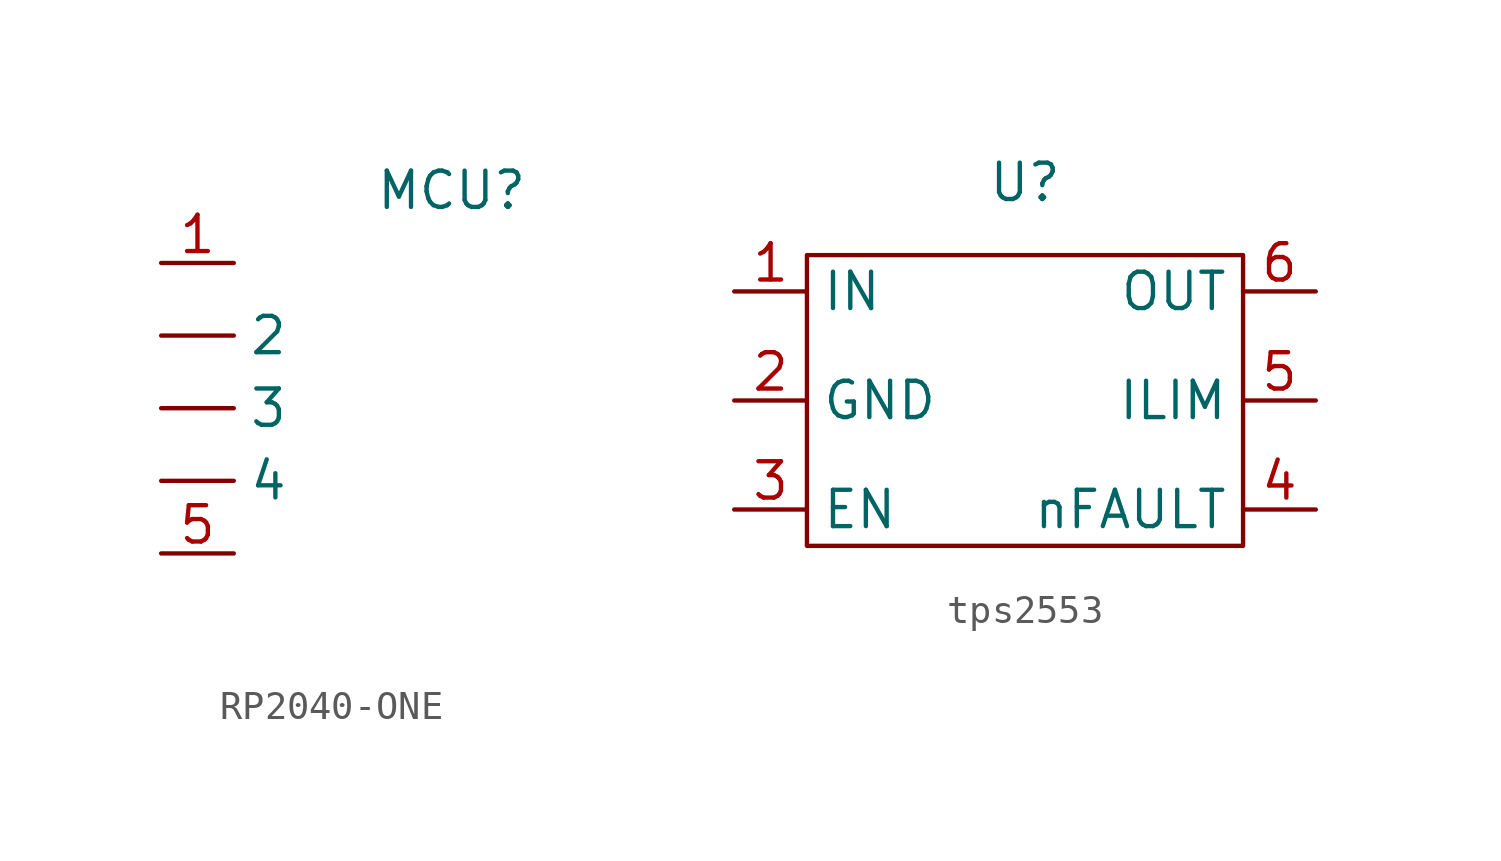
<source format=kicad_sym>
(kicad_symbol_lib
  (version 20220914)
  (generator kicad_symbol_editor)
  (symbol "RP2040-ONE"
    (property "Reference" "MCU"
      (at 0 15.24 0)
      (effects (font (size 1.27 1.27))))
    (property "Value" ""
      (at 0 0 0)
      (effects (font (size 1.27 1.27))))
    (symbol "RP2040-ONE_1_1"
      (pin open_collector line (at -10.16 10.16 0) (length 2.54) (name "2" (effects (font (size 1.27 1.27)))) (number "" (effects (font (size 1.27 1.27)))))
      (pin open_collector line (at -10.16 7.62 0) (length 2.54) (name "3" (effects (font (size 1.27 1.27)))) (number "" (effects (font (size 1.27 1.27)))))
      (pin open_collector line (at -10.16 5.08 0) (length 2.54) (name "4" (effects (font (size 1.27 1.27)))) (number "" (effects (font (size 1.27 1.27)))))
      (pin open_collector line (at -10.16 12.7 0) (length 2.54) (name "" (effects (font (size 1.27 1.27)))) (number "1" (effects (font (size 1.27 1.27)))))
      (pin open_collector line (at -10.16 2.54 0) (length 2.54) (name "" (effects (font (size 1.27 1.27)))) (number "5" (effects (font (size 1.27 1.27)))))))
  (symbol "tps2553"
    (property "Reference" "U"
      (at 0 7.62 0)
      (effects (font (size 1.27 1.27))))
    (property "Value" ""
      (at 0 0 0)
      (effects (font (size 1.27 1.27))))
    (symbol "tps2553_0_1"
      (rectangle (start -7.62 5.08) (end 7.62 -5.08) (stroke (width 0) (type default)) (fill (type none))))
    (symbol "tps2553_1_1"
      (pin power_in line (at -10.16 3.81 0) (length 2.54) (name "IN" (effects (font (size 1.27 1.27)))) (number "1" (effects (font (size 1.27 1.27)))))
      (pin power_in line (at -10.16 0 0) (length 2.54) (name "GND" (effects (font (size 1.27 1.27)))) (number "2" (effects (font (size 1.27 1.27)))))
      (pin input line (at -10.16 -3.81 0) (length 2.54) (name "EN" (effects (font (size 1.27 1.27)))) (number "3" (effects (font (size 1.27 1.27)))))
      (pin open_collector line (at 10.16 -3.81 180) (length 2.54) (name "nFAULT" (effects (font (size 1.27 1.27)))) (number "4" (effects (font (size 1.27 1.27)))))
      (pin output line (at 10.16 0 180) (length 2.54) (name "ILIM" (effects (font (size 1.27 1.27)))) (number "5" (effects (font (size 1.27 1.27)))))
      (pin power_out line (at 10.16 3.81 180) (length 2.54) (name "OUT" (effects (font (size 1.27 1.27)))) (number "6" (effects (font (size 1.27 1.27))))))))
</source>
